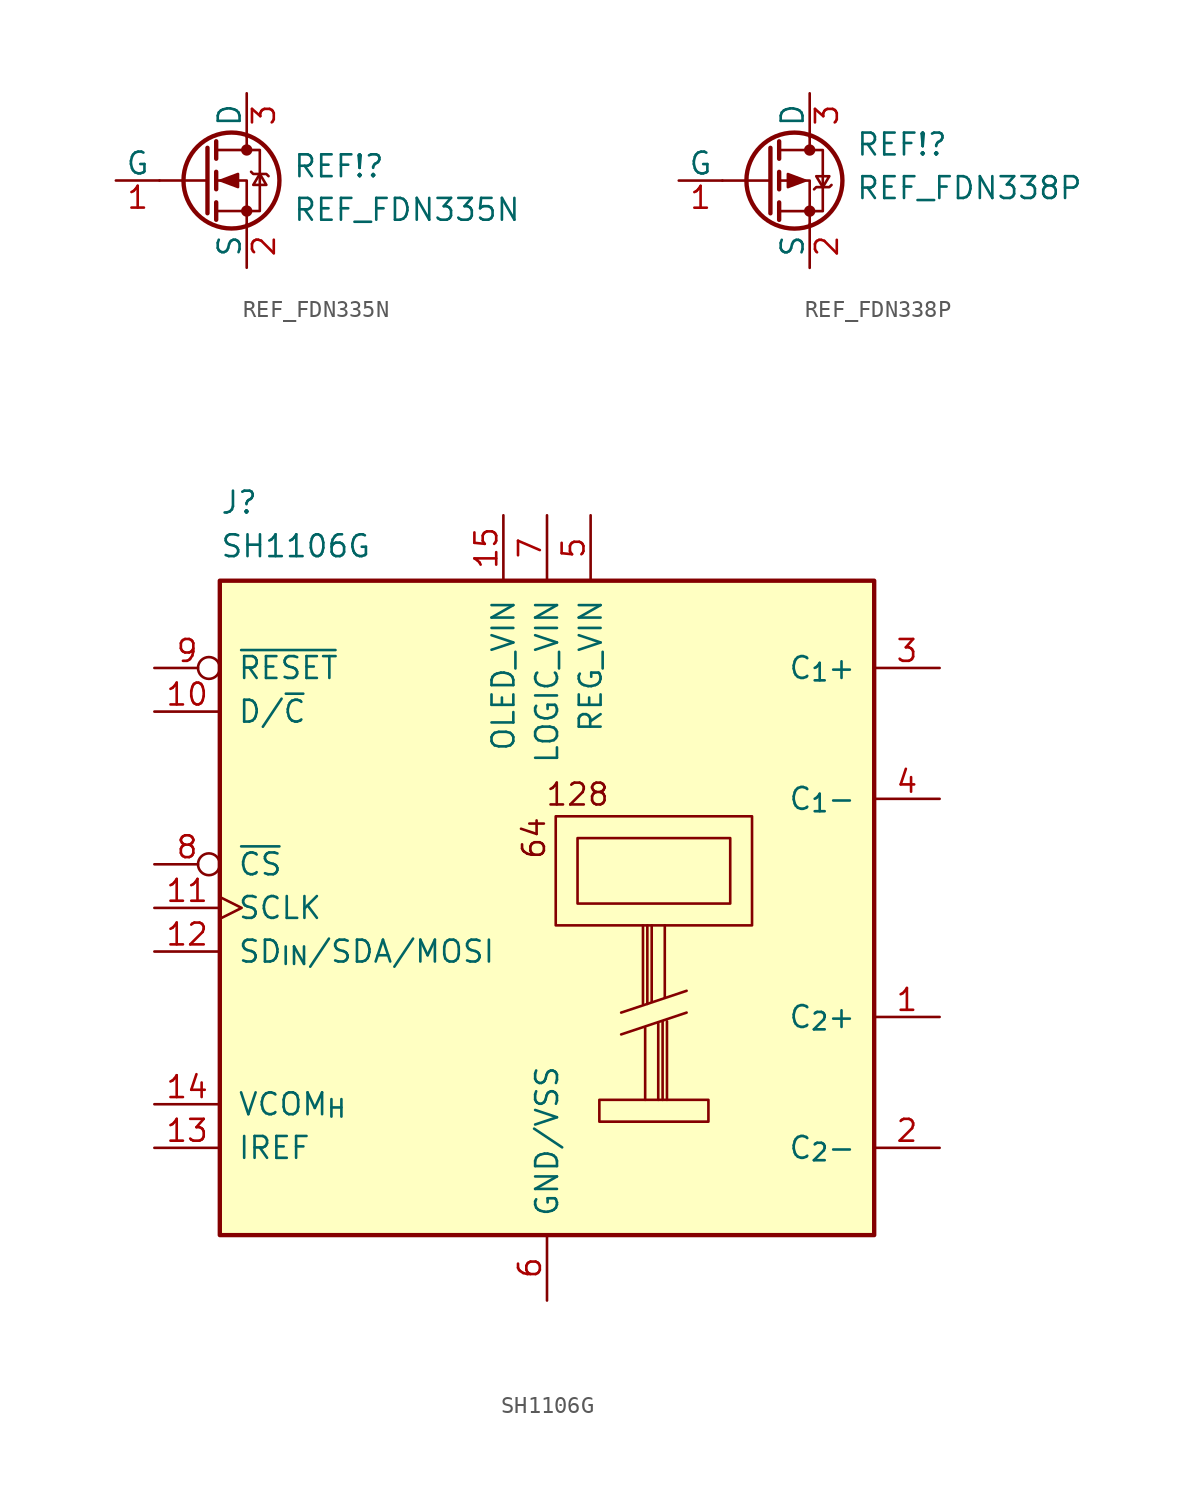
<source format=kicad_sym>
(kicad_symbol_lib
  (version 20211014)
  (generator kicad_symbol_editor)
  (symbol "REF_FDN335N"
    (pin_names
      (offset 0))
    (property "Reference" "REF!"
      (at 5.207 0.835 0)
      (effects (font (size 1.27 1.27)) (justify left)))
    (property "Value" "REF_FDN335N"
      (at 5.207 -1.702 0)
      (effects (font (size 1.27 1.27)) (justify left)))
    (symbol "REF_FDN335N_0_1"
      (polyline (pts (xy 0.254 0) (xy -2.54 0)) (stroke (width 0) (type default) (color 0 0 0 0)) (fill (type none)))
      (polyline (pts (xy 0.254 1.905) (xy 0.254 -1.905)) (stroke (width 0.254) (type default) (color 0 0 0 0)) (fill (type none)))
      (polyline (pts (xy 0.762 -1.27) (xy 0.762 -2.286)) (stroke (width 0.254) (type default) (color 0 0 0 0)) (fill (type none)))
      (polyline (pts (xy 0.762 0.508) (xy 0.762 -0.508)) (stroke (width 0.254) (type default) (color 0 0 0 0)) (fill (type none)))
      (polyline (pts (xy 0.762 2.286) (xy 0.762 1.27)) (stroke (width 0.254) (type default) (color 0 0 0 0)) (fill (type none)))
      (polyline (pts (xy 2.54 2.54) (xy 2.54 1.778)) (stroke (width 0) (type default) (color 0 0 0 0)) (fill (type none)))
      (polyline (pts (xy 2.54 -2.54) (xy 2.54 0) (xy 0.762 0)) (stroke (width 0) (type default) (color 0 0 0 0)) (fill (type none)))
      (polyline (pts (xy 0.762 -1.778) (xy 3.302 -1.778) (xy 3.302 1.778) (xy 0.762 1.778)) (stroke (width 0) (type default) (color 0 0 0 0)) (fill (type none)))
      (polyline (pts (xy 1.016 0) (xy 2.032 0.381) (xy 2.032 -0.381) (xy 1.016 0)) (stroke (width 0) (type default) (color 0 0 0 0)) (fill (type outline)))
      (polyline (pts (xy 2.794 0.508) (xy 2.921 0.381) (xy 3.683 0.381) (xy 3.81 0.254)) (stroke (width 0) (type default) (color 0 0 0 0)) (fill (type none)))
      (polyline (pts (xy 3.302 0.381) (xy 2.921 -0.254) (xy 3.683 -0.254) (xy 3.302 0.381)) (stroke (width 0) (type default) (color 0 0 0 0)) (fill (type none)))
      (circle (center 1.651 0) (radius 2.794) (stroke (width 0.254) (type default) (color 0 0 0 0)) (fill (type none)))
      (circle (center 2.54 -1.778) (radius 0.254) (stroke (width 0) (type default) (color 0 0 0 0)) (fill (type outline)))
      (circle (center 2.54 1.778) (radius 0.254) (stroke (width 0) (type default) (color 0 0 0 0)) (fill (type outline))))
    (symbol "REF_FDN335N_1_1"
      (pin input line (at -5.08 0 0) (length 2.54) (name "G" (effects (font (size 1.27 1.27)))) (number "1" (effects (font (size 1.27 1.27)))))
      (pin passive line (at 2.54 -5.08 90) (length 2.54) (name "S" (effects (font (size 1.27 1.27)))) (number "2" (effects (font (size 1.27 1.27)))))
      (pin passive line (at 2.54 5.08 270) (length 2.54) (name "D" (effects (font (size 1.27 1.27)))) (number "3" (effects (font (size 1.27 1.27)))))))
  (symbol "REF_FDN338P"
    (pin_names
      (offset 0))
    (property "Reference" "REF!"
      (at 2.667 2.105 0)
      (effects (font (size 1.27 1.27)) (justify left)))
    (property "Value" "REF_FDN338P"
      (at 2.667 -0.432 0)
      (effects (font (size 1.27 1.27)) (justify left)))
    (symbol "REF_FDN338P_0_1"
      (circle (center -0.889 0) (radius 2.794) (stroke (width 0.254) (type default) (color 0 0 0 0)) (fill (type none)))
      (circle (center 0 -1.778) (radius 0.254) (stroke (width 0) (type default) (color 0 0 0 0)) (fill (type outline)))
      (polyline (pts (xy -2.286 0) (xy -5.08 0)) (stroke (width 0) (type default) (color 0 0 0 0)) (fill (type none)))
      (polyline (pts (xy -2.286 1.905) (xy -2.286 -1.905)) (stroke (width 0.254) (type default) (color 0 0 0 0)) (fill (type none)))
      (polyline (pts (xy -1.778 -1.27) (xy -1.778 -2.286)) (stroke (width 0.254) (type default) (color 0 0 0 0)) (fill (type none)))
      (polyline (pts (xy -1.778 0.508) (xy -1.778 -0.508)) (stroke (width 0.254) (type default) (color 0 0 0 0)) (fill (type none)))
      (polyline (pts (xy -1.778 2.286) (xy -1.778 1.27)) (stroke (width 0.254) (type default) (color 0 0 0 0)) (fill (type none)))
      (polyline (pts (xy 0 2.54) (xy 0 1.778)) (stroke (width 0) (type default) (color 0 0 0 0)) (fill (type none)))
      (polyline (pts (xy 0 -2.54) (xy 0 0) (xy -1.778 0)) (stroke (width 0) (type default) (color 0 0 0 0)) (fill (type none)))
      (polyline (pts (xy -1.778 1.778) (xy 0.762 1.778) (xy 0.762 -1.778) (xy -1.778 -1.778)) (stroke (width 0) (type default) (color 0 0 0 0)) (fill (type none)))
      (polyline (pts (xy -0.254 0) (xy -1.27 0.381) (xy -1.27 -0.381) (xy -0.254 0)) (stroke (width 0) (type default) (color 0 0 0 0)) (fill (type outline)))
      (polyline (pts (xy 0.254 -0.508) (xy 0.381 -0.381) (xy 1.143 -0.381) (xy 1.27 -0.254)) (stroke (width 0) (type default) (color 0 0 0 0)) (fill (type none)))
      (polyline (pts (xy 0.762 -0.381) (xy 0.381 0.254) (xy 1.143 0.254) (xy 0.762 -0.381)) (stroke (width 0) (type default) (color 0 0 0 0)) (fill (type none)))
      (circle (center 0 1.778) (radius 0.254) (stroke (width 0) (type default) (color 0 0 0 0)) (fill (type outline))))
    (symbol "REF_FDN338P_1_1"
      (pin input line (at -7.62 0 0) (length 2.54) (name "G" (effects (font (size 1.27 1.27)))) (number "1" (effects (font (size 1.27 1.27)))))
      (pin passive line (at 0 -5.08 90) (length 2.54) (name "S" (effects (font (size 1.27 1.27)))) (number "2" (effects (font (size 1.27 1.27)))))
      (pin passive line (at 0 5.08 270) (length 2.54) (name "D" (effects (font (size 1.27 1.27)))) (number "3" (effects (font (size 1.27 1.27)))))))
  (symbol "SH1106G"
    (pin_names
      (offset 1.016))
    (property "Reference" "J"
      (at 0 3.81 0)
      (effects (font (size 1.27 1.27)) (justify left bottom)))
    (property "Value" "SH1106G"
      (at 0 1.27 0)
      (effects (font (size 1.27 1.27)) (justify left bottom)))
    (symbol "SH1106G_0_0"
      (polyline (pts (xy 23.368 -26.416) (xy 27.178 -25.146)) (stroke (width 0) (type default) (color 0 0 0 0)) (fill (type none)))
      (polyline (pts (xy 23.368 -25.146) (xy 27.178 -23.876)) (stroke (width 0) (type default) (color 0 0 0 0)) (fill (type none)))
      (polyline (pts (xy 24.638 -24.638) (xy 24.638 -20.066)) (stroke (width 0) (type default) (color 0 0 0 0)) (fill (type none)))
      (polyline (pts (xy 24.765 -26.035) (xy 24.765 -30.226)) (stroke (width 0) (type default) (color 0 0 0 0)) (fill (type none)))
      (polyline (pts (xy 24.892 -24.638) (xy 24.892 -20.066)) (stroke (width 0) (type default) (color 0 0 0 0)) (fill (type none)))
      (polyline (pts (xy 25.146 -24.511) (xy 25.146 -20.066)) (stroke (width 0) (type default) (color 0 0 0 0)) (fill (type none)))
      (polyline (pts (xy 25.527 -25.781) (xy 25.527 -30.226)) (stroke (width 0) (type default) (color 0 0 0 0)) (fill (type none)))
      (polyline (pts (xy 25.781 -25.654) (xy 25.781 -30.226)) (stroke (width 0) (type default) (color 0 0 0 0)) (fill (type none)))
      (polyline (pts (xy 25.908 -24.257) (xy 25.908 -20.066)) (stroke (width 0) (type default) (color 0 0 0 0)) (fill (type none)))
      (polyline (pts (xy 26.035 -25.654) (xy 26.035 -30.226)) (stroke (width 0) (type default) (color 0 0 0 0)) (fill (type none)))
      (rectangle (start 0 0) (end 38.1 -38.1) (stroke (width 0.254) (type default) (color 0 0 0 0)) (fill (type background)))
      (rectangle (start 19.558 -13.716) (end 30.988 -20.066) (stroke (width 0) (type default) (color 0 0 0 0)) (fill (type none)))
      (rectangle (start 20.828 -18.796) (end 29.718 -14.986) (stroke (width 0) (type default) (color 0 0 0 0)) (fill (type none)))
      (rectangle (start 22.098 -30.226) (end 28.448 -31.496) (stroke (width 0) (type default) (color 0 0 0 0)) (fill (type none)))
      (text "128" (at 20.828 -12.446 0) (effects (font (size 1.27 1.27))))
      (text "64" (at 18.288 -14.986 900) (effects (font (size 1.27 1.27))))
      (pin input line (at 41.91 -25.4 180) (length 3.81) (name "C_{2}+" (effects (font (size 1.27 1.27)))) (number "1" (effects (font (size 1.27 1.27)))))
      (pin passive line (at -3.81 -7.62 0) (length 3.81) (name "D/~{C}" (effects (font (size 1.27 1.27)))) (number "10" (effects (font (size 1.27 1.27)))))
      (pin input clock (at -3.81 -19.05 0) (length 3.81) (name "SCLK" (effects (font (size 1.27 1.27)))) (number "11" (effects (font (size 1.27 1.27)))))
      (pin bidirectional line (at -3.81 -21.59 0) (length 3.81) (name "SD_{IN}/SDA/MOSI" (effects (font (size 1.27 1.27)))) (number "12" (effects (font (size 1.27 1.27)))))
      (pin input line (at -3.81 -33.02 0) (length 3.81) (name "IREF" (effects (font (size 1.27 1.27)))) (number "13" (effects (font (size 1.27 1.27)))))
      (pin output line (at -3.81 -30.48 0) (length 3.81) (name "VCOM_{H}" (effects (font (size 1.27 1.27)))) (number "14" (effects (font (size 1.27 1.27)))))
      (pin power_in line (at 16.51 3.81 270) (length 3.81) (name "OLED_VIN" (effects (font (size 1.27 1.27)))) (number "15" (effects (font (size 1.27 1.27)))))
      (pin power_in line (at 19.05 -41.91 90) (length 3.81) hide (name "GND/VSS" (effects (font (size 1.27 1.27)))) (number "16" (effects (font (size 1.27 1.27)))))
      (pin input line (at 41.91 -33.02 180) (length 3.81) (name "C_{2}-" (effects (font (size 1.27 1.27)))) (number "2" (effects (font (size 1.27 1.27)))))
      (pin input line (at 41.91 -5.08 180) (length 3.81) (name "C_{1}+" (effects (font (size 1.27 1.27)))) (number "3" (effects (font (size 1.27 1.27)))))
      (pin input line (at 41.91 -12.7 180) (length 3.81) (name "C_{1}-" (effects (font (size 1.27 1.27)))) (number "4" (effects (font (size 1.27 1.27)))))
      (pin power_in line (at 21.59 3.81 270) (length 3.81) (name "REG_VIN" (effects (font (size 1.27 1.27)))) (number "5" (effects (font (size 1.27 1.27)))))
      (pin power_in line (at 19.05 -41.91 90) (length 3.81) (name "GND/VSS" (effects (font (size 1.27 1.27)))) (number "6" (effects (font (size 1.27 1.27)))))
      (pin power_in line (at 19.05 3.81 270) (length 3.81) (name "LOGIC_VIN" (effects (font (size 1.27 1.27)))) (number "7" (effects (font (size 1.27 1.27)))))
      (pin input inverted (at -3.81 -16.51 0) (length 3.81) (name "~{CS}" (effects (font (size 1.27 1.27)))) (number "8" (effects (font (size 1.27 1.27)))))
      (pin input inverted (at -3.81 -5.08 0) (length 3.81) (name "~{RESET}" (effects (font (size 1.27 1.27)))) (number "9" (effects (font (size 1.27 1.27))))))))
</source>
